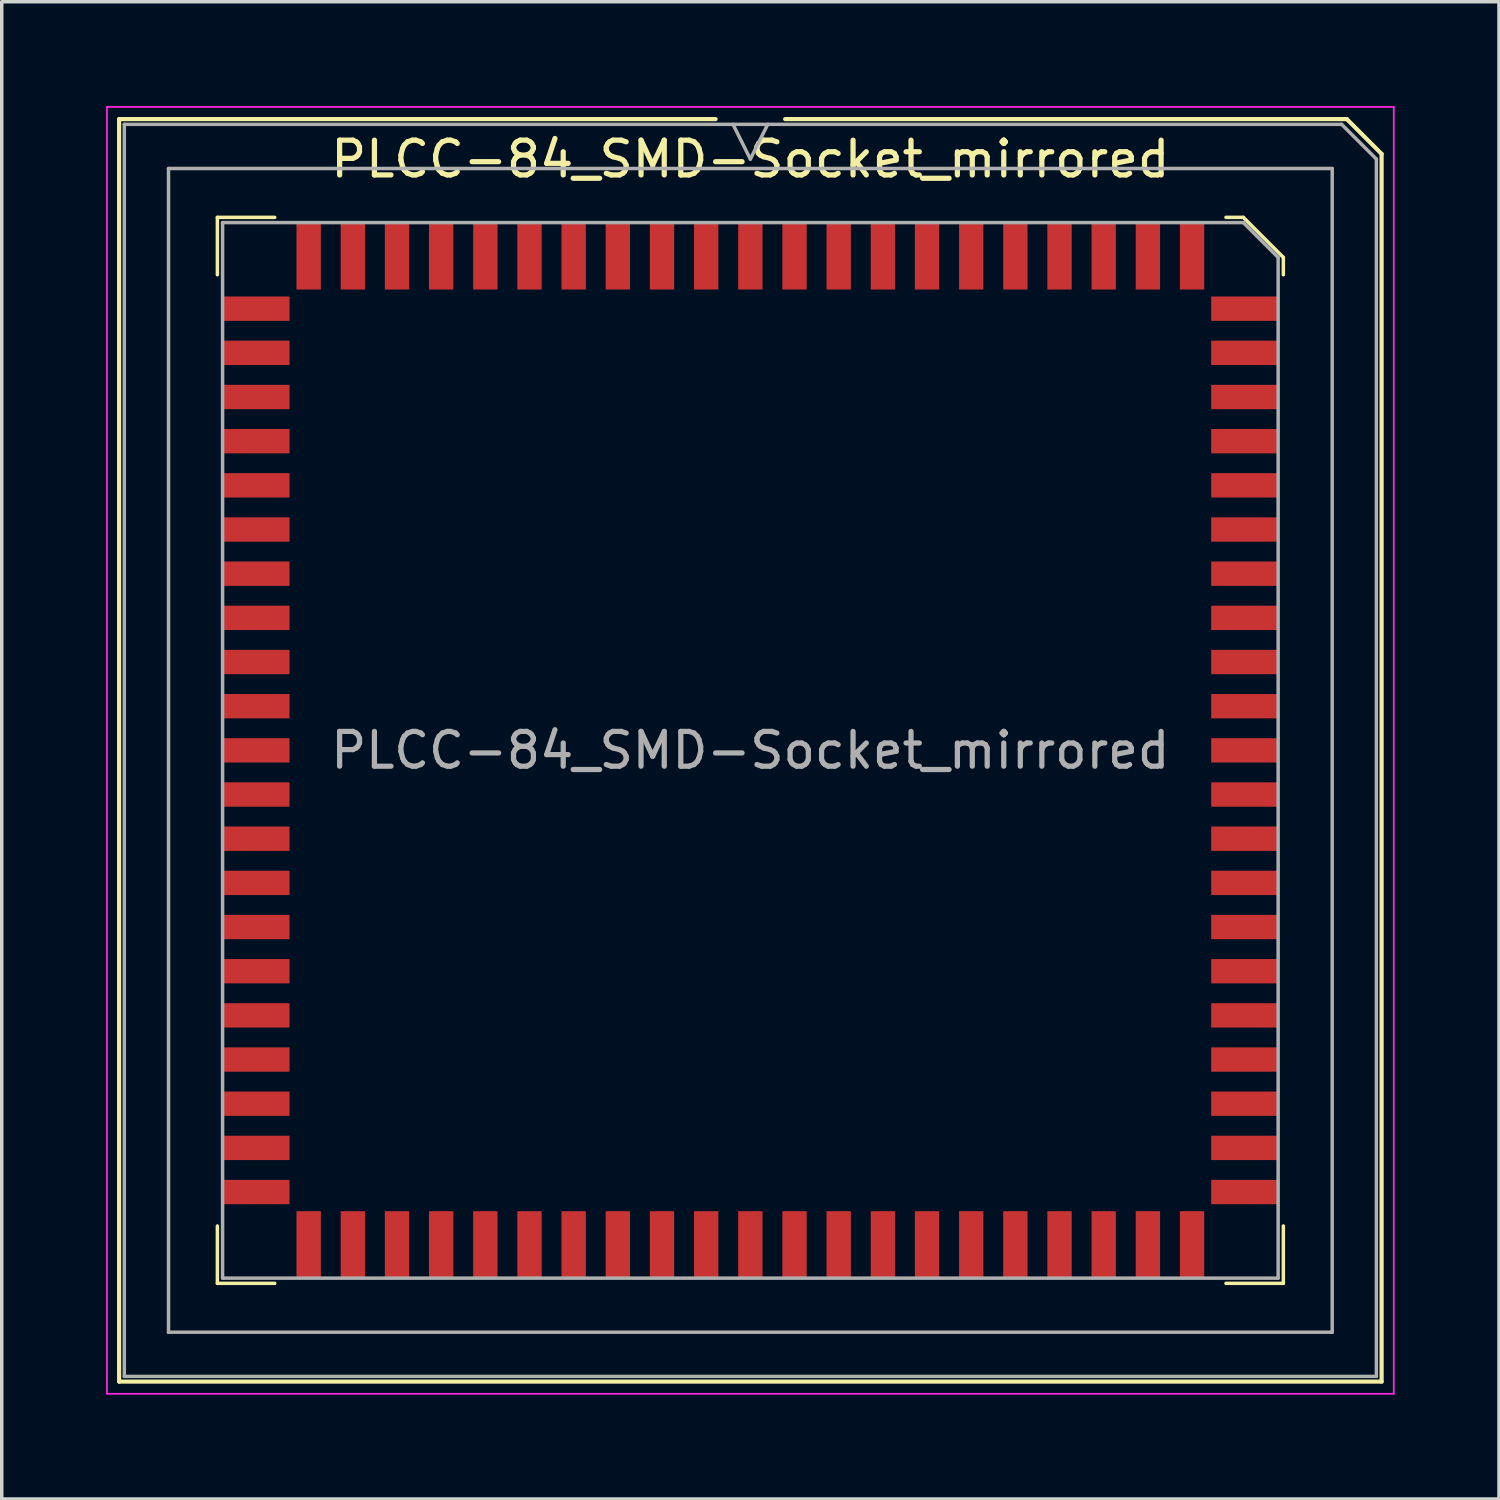
<source format=kicad_pcb>
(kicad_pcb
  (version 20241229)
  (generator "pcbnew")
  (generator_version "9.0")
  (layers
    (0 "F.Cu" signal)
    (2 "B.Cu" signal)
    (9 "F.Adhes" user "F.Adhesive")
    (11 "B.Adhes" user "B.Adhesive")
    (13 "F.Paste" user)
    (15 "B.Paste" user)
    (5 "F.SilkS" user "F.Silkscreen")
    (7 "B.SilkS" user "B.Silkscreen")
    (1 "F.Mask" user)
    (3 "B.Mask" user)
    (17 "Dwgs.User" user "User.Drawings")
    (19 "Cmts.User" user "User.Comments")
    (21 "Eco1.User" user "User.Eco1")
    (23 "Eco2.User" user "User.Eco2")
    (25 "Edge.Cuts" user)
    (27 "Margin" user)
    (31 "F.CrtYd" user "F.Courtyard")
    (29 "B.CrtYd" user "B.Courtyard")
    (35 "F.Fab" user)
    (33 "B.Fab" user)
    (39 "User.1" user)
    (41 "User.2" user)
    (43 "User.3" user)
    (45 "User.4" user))
  (footprint "PLCC-84_SMD-Socket_mirrored"
    (layer "F.Cu")
    (at 18.525 18)
    (property "Reference" "PLCC-84_SMD-Socket_mirrored" (at 0 -16.475 180) (layer "F.SilkS") (effects (font (size 1 1) (thickness 0.15))))
    (attr smd)
    (fp_line (start -18.15 -17.625) (end -1 -17.625) (stroke (width 0.12) (type solid)) (layer "F.SilkS"))
    (fp_line (start -18.15 18.675) (end -18.15 -17.625) (stroke (width 0.12) (type solid)) (layer "F.SilkS"))
    (fp_line (start -15.325 -14.8) (end -15.325 -13.15) (stroke (width 0.1) (type solid)) (layer "F.SilkS"))
    (fp_line (start -15.325 15.85) (end -15.325 14.2) (stroke (width 0.1) (type solid)) (layer "F.SilkS"))
    (fp_line (start -13.675 -14.8) (end -15.325 -14.8) (stroke (width 0.1) (type solid)) (layer "F.SilkS"))
    (fp_line (start -13.675 15.85) (end -15.325 15.85) (stroke (width 0.1) (type solid)) (layer "F.SilkS"))
    (fp_line (start 1 -17.625) (end 17.15 -17.625) (stroke (width 0.12) (type solid)) (layer "F.SilkS"))
    (fp_line (start 13.675 -14.8) (end 14.175 -14.8) (stroke (width 0.1) (type solid)) (layer "F.SilkS"))
    (fp_line (start 13.675 15.85) (end 15.325 15.85) (stroke (width 0.1) (type solid)) (layer "F.SilkS"))
    (fp_line (start 14.175 -14.8) (end 15.325 -13.65) (stroke (width 0.1) (type solid)) (layer "F.SilkS"))
    (fp_line (start 15.325 -13.65) (end 15.325 -13.15) (stroke (width 0.1) (type solid)) (layer "F.SilkS"))
    (fp_line (start 15.325 15.85) (end 15.325 14.2) (stroke (width 0.1) (type solid)) (layer "F.SilkS"))
    (fp_line (start 17.15 -17.625) (end 18.15 -16.625) (stroke (width 0.12) (type solid)) (layer "F.SilkS"))
    (fp_line (start 18.15 -16.625) (end 18.15 18.675) (stroke (width 0.12) (type solid)) (layer "F.SilkS"))
    (fp_line (start 18.15 18.675) (end -18.15 18.675) (stroke (width 0.12) (type solid)) (layer "F.SilkS"))
    (fp_line (start -18.5 -17.975) (end 18.5 -17.975) (stroke (width 0.05) (type solid)) (layer "F.CrtYd"))
    (fp_line (start -18.5 19.025) (end -18.5 -17.975) (stroke (width 0.05) (type solid)) (layer "F.CrtYd"))
    (fp_line (start 18.5 -17.975) (end 18.5 19.025) (stroke (width 0.05) (type solid)) (layer "F.CrtYd"))
    (fp_line (start 18.5 19.025) (end -18.5 19.025) (stroke (width 0.05) (type solid)) (layer "F.CrtYd"))
    (fp_line (start -18 -17.475) (end 17 -17.475) (stroke (width 0.1) (type solid)) (layer "F.Fab"))
    (fp_line (start -18 18.525) (end -18 -17.475) (stroke (width 0.1) (type solid)) (layer "F.Fab"))
    (fp_line (start -16.73 -16.205) (end 16.73 -16.205) (stroke (width 0.1) (type solid)) (layer "F.Fab"))
    (fp_line (start -16.73 17.255) (end -16.73 -16.205) (stroke (width 0.1) (type solid)) (layer "F.Fab"))
    (fp_line (start -15.175 -14.65) (end 14.175 -14.65) (stroke (width 0.1) (type solid)) (layer "F.Fab"))
    (fp_line (start -15.175 15.7) (end -15.175 -14.65) (stroke (width 0.1) (type solid)) (layer "F.Fab"))
    (fp_line (start 0 -16.475) (end -0.5 -17.475) (stroke (width 0.1) (type solid)) (layer "F.Fab"))
    (fp_line (start 0.5 -17.475) (end 0 -16.475) (stroke (width 0.1) (type solid)) (layer "F.Fab"))
    (fp_line (start 14.175 -14.65) (end 15.175 -13.65) (stroke (width 0.1) (type solid)) (layer "F.Fab"))
    (fp_line (start 15.175 -13.65) (end 15.175 15.7) (stroke (width 0.1) (type solid)) (layer "F.Fab"))
    (fp_line (start 15.175 15.7) (end -15.175 15.7) (stroke (width 0.1) (type solid)) (layer "F.Fab"))
    (fp_line (start 16.73 -16.205) (end 16.73 17.255) (stroke (width 0.1) (type solid)) (layer "F.Fab"))
    (fp_line (start 16.73 17.255) (end -16.73 17.255) (stroke (width 0.1) (type solid)) (layer "F.Fab"))
    (fp_line (start 17 -17.475) (end 18 -16.475) (stroke (width 0.1) (type solid)) (layer "F.Fab"))
    (fp_line (start 18 -16.475) (end 18 18.525) (stroke (width 0.1) (type solid)) (layer "F.Fab"))
    (fp_line (start 18 18.525) (end -18 18.525) (stroke (width 0.1) (type solid)) (layer "F.Fab"))
    (fp_text user "${REFERENCE}" (at 0 0.525 180) (layer "F.Fab") (effects (font (size 1 1) (thickness 0.15))))
    (pad "1" smd rect (at 0 -13.688) (size 0.7 1.925) (layers "F.Cu" "F.Mask" "F.Paste"))
    (pad "2" smd rect (at 1.27 -13.688) (size 0.7 1.925) (layers "F.Cu" "F.Mask" "F.Paste"))
    (pad "3" smd rect (at 2.54 -13.688) (size 0.7 1.925) (layers "F.Cu" "F.Mask" "F.Paste"))
    (pad "4" smd rect (at 3.81 -13.688) (size 0.7 1.925) (layers "F.Cu" "F.Mask" "F.Paste"))
    (pad "5" smd rect (at 5.08 -13.688) (size 0.7 1.925) (layers "F.Cu" "F.Mask" "F.Paste"))
    (pad "6" smd rect (at 6.35 -13.688) (size 0.7 1.925) (layers "F.Cu" "F.Mask" "F.Paste"))
    (pad "7" smd rect (at 7.62 -13.688) (size 0.7 1.925) (layers "F.Cu" "F.Mask" "F.Paste"))
    (pad "8" smd rect (at 8.89 -13.688) (size 0.7 1.925) (layers "F.Cu" "F.Mask" "F.Paste"))
    (pad "9" smd rect (at 10.16 -13.688) (size 0.7 1.925) (layers "F.Cu" "F.Mask" "F.Paste"))
    (pad "10" smd rect (at 11.43 -13.688) (size 0.7 1.925) (layers "F.Cu" "F.Mask" "F.Paste"))
    (pad "11" smd rect (at 12.7 -13.688) (size 0.7 1.925) (layers "F.Cu" "F.Mask" "F.Paste"))
    (pad "12" smd rect (at 14.213 -12.175) (size 1.925 0.7) (layers "F.Cu" "F.Mask" "F.Paste"))
    (pad "13" smd rect (at 14.213 -10.905) (size 1.925 0.7) (layers "F.Cu" "F.Mask" "F.Paste"))
    (pad "14" smd rect (at 14.213 -9.635) (size 1.925 0.7) (layers "F.Cu" "F.Mask" "F.Paste"))
    (pad "15" smd rect (at 14.213 -8.365) (size 1.925 0.7) (layers "F.Cu" "F.Mask" "F.Paste"))
    (pad "16" smd rect (at 14.213 -7.095) (size 1.925 0.7) (layers "F.Cu" "F.Mask" "F.Paste"))
    (pad "17" smd rect (at 14.213 -5.825) (size 1.925 0.7) (layers "F.Cu" "F.Mask" "F.Paste"))
    (pad "18" smd rect (at 14.213 -4.555) (size 1.925 0.7) (layers "F.Cu" "F.Mask" "F.Paste"))
    (pad "19" smd rect (at 14.213 -3.285) (size 1.925 0.7) (layers "F.Cu" "F.Mask" "F.Paste"))
    (pad "20" smd rect (at 14.213 -2.015) (size 1.925 0.7) (layers "F.Cu" "F.Mask" "F.Paste"))
    (pad "21" smd rect (at 14.213 -0.745) (size 1.925 0.7) (layers "F.Cu" "F.Mask" "F.Paste"))
    (pad "22" smd rect (at 14.213 0.525) (size 1.925 0.7) (layers "F.Cu" "F.Mask" "F.Paste"))
    (pad "23" smd rect (at 14.213 1.795) (size 1.925 0.7) (layers "F.Cu" "F.Mask" "F.Paste"))
    (pad "24" smd rect (at 14.213 3.065) (size 1.925 0.7) (layers "F.Cu" "F.Mask" "F.Paste"))
    (pad "25" smd rect (at 14.213 4.335) (size 1.925 0.7) (layers "F.Cu" "F.Mask" "F.Paste"))
    (pad "26" smd rect (at 14.213 5.605) (size 1.925 0.7) (layers "F.Cu" "F.Mask" "F.Paste"))
    (pad "27" smd rect (at 14.213 6.875) (size 1.925 0.7) (layers "F.Cu" "F.Mask" "F.Paste"))
    (pad "28" smd rect (at 14.213 8.145) (size 1.925 0.7) (layers "F.Cu" "F.Mask" "F.Paste"))
    (pad "29" smd rect (at 14.213 9.415) (size 1.925 0.7) (layers "F.Cu" "F.Mask" "F.Paste"))
    (pad "30" smd rect (at 14.213 10.685) (size 1.925 0.7) (layers "F.Cu" "F.Mask" "F.Paste"))
    (pad "31" smd rect (at 14.213 11.955) (size 1.925 0.7) (layers "F.Cu" "F.Mask" "F.Paste"))
    (pad "32" smd rect (at 14.213 13.225) (size 1.925 0.7) (layers "F.Cu" "F.Mask" "F.Paste"))
    (pad "33" smd rect (at 12.7 14.738) (size 0.7 1.925) (layers "F.Cu" "F.Mask" "F.Paste"))
    (pad "34" smd rect (at 11.43 14.738) (size 0.7 1.925) (layers "F.Cu" "F.Mask" "F.Paste"))
    (pad "35" smd rect (at 10.16 14.738) (size 0.7 1.925) (layers "F.Cu" "F.Mask" "F.Paste"))
    (pad "36" smd rect (at 8.89 14.738) (size 0.7 1.925) (layers "F.Cu" "F.Mask" "F.Paste"))
    (pad "37" smd rect (at 7.62 14.738) (size 0.7 1.925) (layers "F.Cu" "F.Mask" "F.Paste"))
    (pad "38" smd rect (at 6.35 14.738) (size 0.7 1.925) (layers "F.Cu" "F.Mask" "F.Paste"))
    (pad "39" smd rect (at 5.08 14.738) (size 0.7 1.925) (layers "F.Cu" "F.Mask" "F.Paste"))
    (pad "40" smd rect (at 3.81 14.738) (size 0.7 1.925) (layers "F.Cu" "F.Mask" "F.Paste"))
    (pad "41" smd rect (at 2.54 14.738) (size 0.7 1.925) (layers "F.Cu" "F.Mask" "F.Paste"))
    (pad "42" smd rect (at 1.27 14.738) (size 0.7 1.925) (layers "F.Cu" "F.Mask" "F.Paste"))
    (pad "43" smd rect (at 0 14.738) (size 0.7 1.925) (layers "F.Cu" "F.Mask" "F.Paste"))
    (pad "44" smd rect (at -1.27 14.738) (size 0.7 1.925) (layers "F.Cu" "F.Mask" "F.Paste"))
    (pad "45" smd rect (at -2.54 14.738) (size 0.7 1.925) (layers "F.Cu" "F.Mask" "F.Paste"))
    (pad "46" smd rect (at -3.81 14.738) (size 0.7 1.925) (layers "F.Cu" "F.Mask" "F.Paste"))
    (pad "47" smd rect (at -5.08 14.738) (size 0.7 1.925) (layers "F.Cu" "F.Mask" "F.Paste"))
    (pad "48" smd rect (at -6.35 14.738) (size 0.7 1.925) (layers "F.Cu" "F.Mask" "F.Paste"))
    (pad "49" smd rect (at -7.62 14.738) (size 0.7 1.925) (layers "F.Cu" "F.Mask" "F.Paste"))
    (pad "50" smd rect (at -8.89 14.738) (size 0.7 1.925) (layers "F.Cu" "F.Mask" "F.Paste"))
    (pad "51" smd rect (at -10.16 14.738) (size 0.7 1.925) (layers "F.Cu" "F.Mask" "F.Paste"))
    (pad "52" smd rect (at -11.43 14.738) (size 0.7 1.925) (layers "F.Cu" "F.Mask" "F.Paste"))
    (pad "53" smd rect (at -12.7 14.738) (size 0.7 1.925) (layers "F.Cu" "F.Mask" "F.Paste"))
    (pad "54" smd rect (at -14.213 13.225) (size 1.925 0.7) (layers "F.Cu" "F.Mask" "F.Paste"))
    (pad "55" smd rect (at -14.213 11.955) (size 1.925 0.7) (layers "F.Cu" "F.Mask" "F.Paste"))
    (pad "56" smd rect (at -14.213 10.685) (size 1.925 0.7) (layers "F.Cu" "F.Mask" "F.Paste"))
    (pad "57" smd rect (at -14.213 9.415) (size 1.925 0.7) (layers "F.Cu" "F.Mask" "F.Paste"))
    (pad "58" smd rect (at -14.213 8.145) (size 1.925 0.7) (layers "F.Cu" "F.Mask" "F.Paste"))
    (pad "59" smd rect (at -14.213 6.875) (size 1.925 0.7) (layers "F.Cu" "F.Mask" "F.Paste"))
    (pad "60" smd rect (at -14.213 5.605) (size 1.925 0.7) (layers "F.Cu" "F.Mask" "F.Paste"))
    (pad "61" smd rect (at -14.213 4.335) (size 1.925 0.7) (layers "F.Cu" "F.Mask" "F.Paste"))
    (pad "62" smd rect (at -14.213 3.065) (size 1.925 0.7) (layers "F.Cu" "F.Mask" "F.Paste"))
    (pad "63" smd rect (at -14.213 1.795) (size 1.925 0.7) (layers "F.Cu" "F.Mask" "F.Paste"))
    (pad "64" smd rect (at -14.213 0.525) (size 1.925 0.7) (layers "F.Cu" "F.Mask" "F.Paste"))
    (pad "65" smd rect (at -14.213 -0.745) (size 1.925 0.7) (layers "F.Cu" "F.Mask" "F.Paste"))
    (pad "66" smd rect (at -14.213 -2.015) (size 1.925 0.7) (layers "F.Cu" "F.Mask" "F.Paste"))
    (pad "67" smd rect (at -14.213 -3.285) (size 1.925 0.7) (layers "F.Cu" "F.Mask" "F.Paste"))
    (pad "68" smd rect (at -14.213 -4.555) (size 1.925 0.7) (layers "F.Cu" "F.Mask" "F.Paste"))
    (pad "69" smd rect (at -14.213 -5.825) (size 1.925 0.7) (layers "F.Cu" "F.Mask" "F.Paste"))
    (pad "70" smd rect (at -14.213 -7.095) (size 1.925 0.7) (layers "F.Cu" "F.Mask" "F.Paste"))
    (pad "71" smd rect (at -14.213 -8.365) (size 1.925 0.7) (layers "F.Cu" "F.Mask" "F.Paste"))
    (pad "72" smd rect (at -14.213 -9.635) (size 1.925 0.7) (layers "F.Cu" "F.Mask" "F.Paste"))
    (pad "73" smd rect (at -14.213 -10.905) (size 1.925 0.7) (layers "F.Cu" "F.Mask" "F.Paste"))
    (pad "74" smd rect (at -14.213 -12.175) (size 1.925 0.7) (layers "F.Cu" "F.Mask" "F.Paste"))
    (pad "75" smd rect (at -12.7 -13.688) (size 0.7 1.925) (layers "F.Cu" "F.Mask" "F.Paste"))
    (pad "76" smd rect (at -11.43 -13.688) (size 0.7 1.925) (layers "F.Cu" "F.Mask" "F.Paste"))
    (pad "77" smd rect (at -10.16 -13.688) (size 0.7 1.925) (layers "F.Cu" "F.Mask" "F.Paste"))
    (pad "78" smd rect (at -8.89 -13.688) (size 0.7 1.925) (layers "F.Cu" "F.Mask" "F.Paste"))
    (pad "79" smd rect (at -7.62 -13.688) (size 0.7 1.925) (layers "F.Cu" "F.Mask" "F.Paste"))
    (pad "80" smd rect (at -6.35 -13.688) (size 0.7 1.925) (layers "F.Cu" "F.Mask" "F.Paste"))
    (pad "81" smd rect (at -5.08 -13.688) (size 0.7 1.925) (layers "F.Cu" "F.Mask" "F.Paste"))
    (pad "82" smd rect (at -3.81 -13.688) (size 0.7 1.925) (layers "F.Cu" "F.Mask" "F.Paste"))
    (pad "83" smd rect (at -2.54 -13.688) (size 0.7 1.925) (layers "F.Cu" "F.Mask" "F.Paste"))
    (pad "84" smd rect (at -1.27 -13.688) (size 0.7 1.925) (layers "F.Cu" "F.Mask" "F.Paste")))
  (gr_rect
    (start -3 -3)
    (end 40.05 40.05)
    (stroke (width 0.1) (type default))
    (fill no)
    (layer "Edge.Cuts")))
</source>
